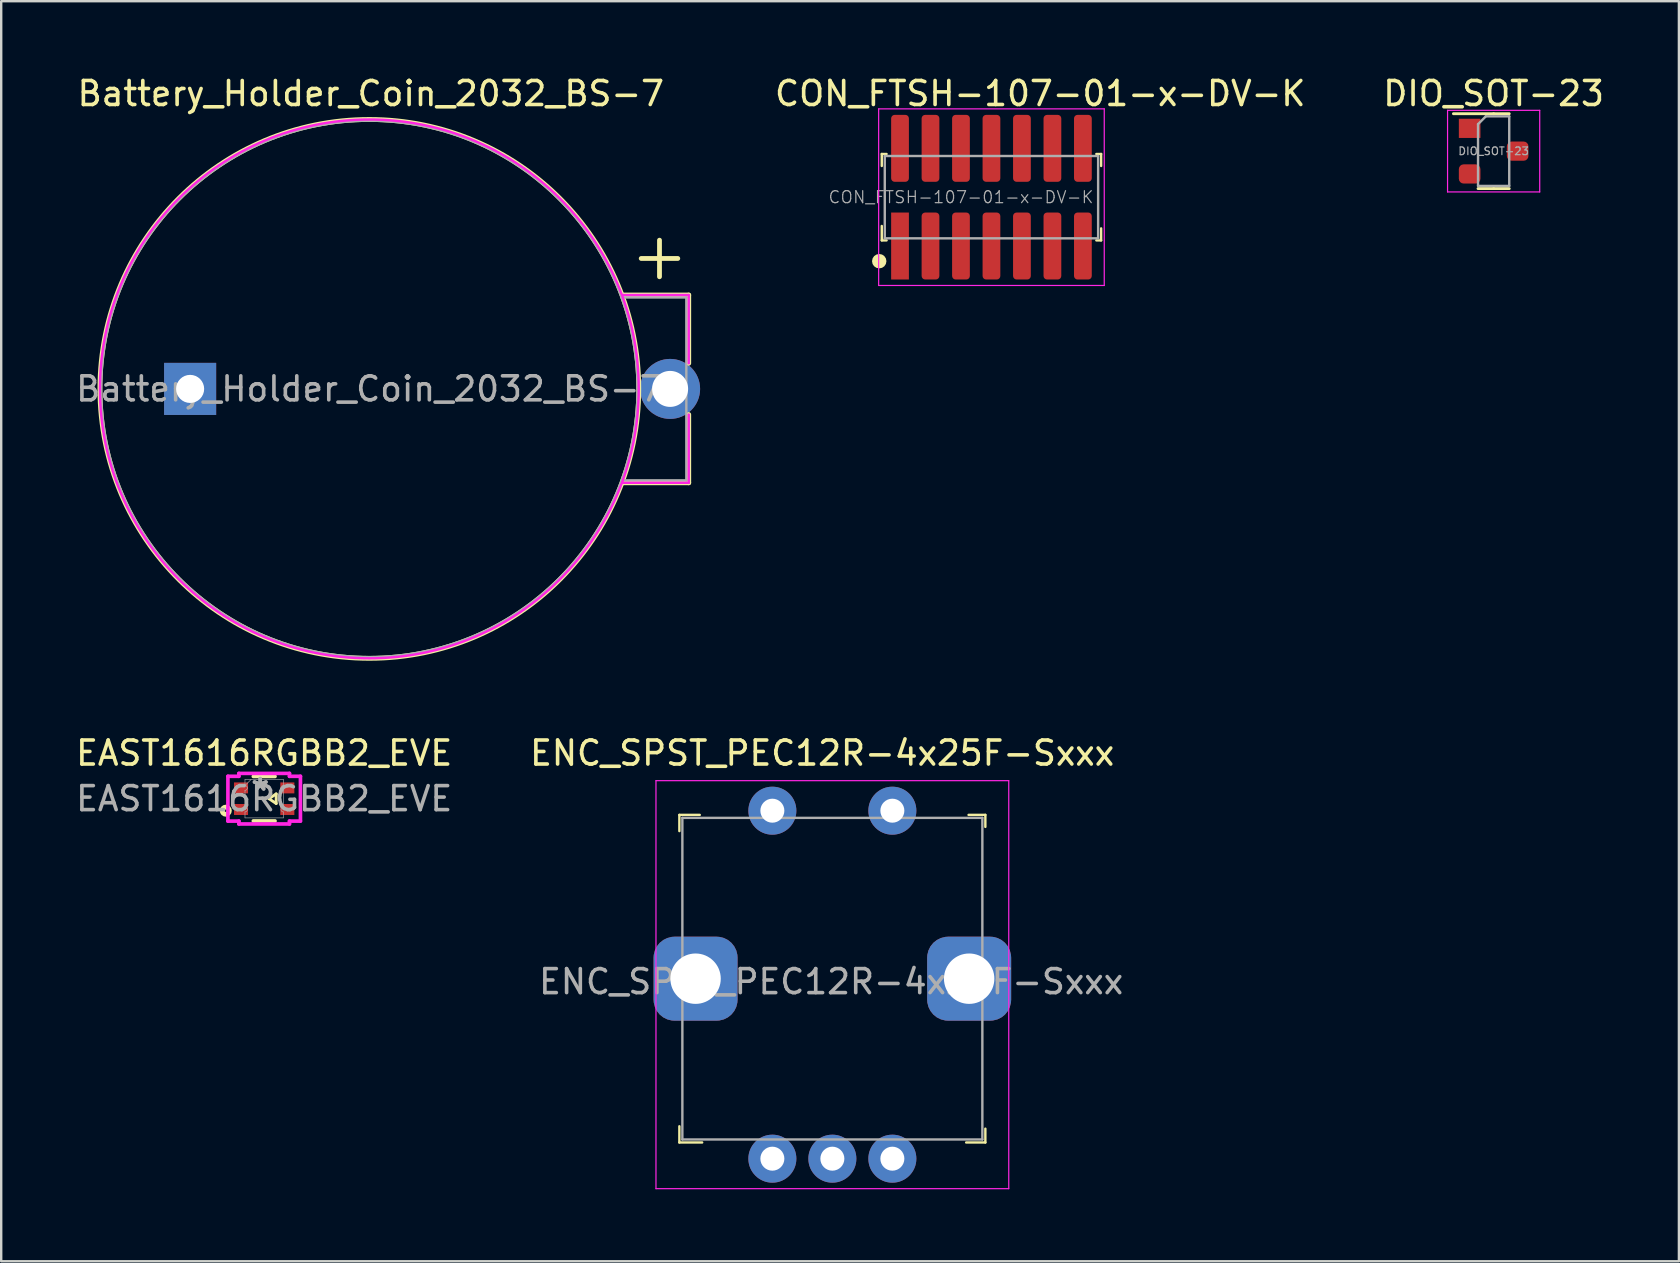
<source format=kicad_pcb>
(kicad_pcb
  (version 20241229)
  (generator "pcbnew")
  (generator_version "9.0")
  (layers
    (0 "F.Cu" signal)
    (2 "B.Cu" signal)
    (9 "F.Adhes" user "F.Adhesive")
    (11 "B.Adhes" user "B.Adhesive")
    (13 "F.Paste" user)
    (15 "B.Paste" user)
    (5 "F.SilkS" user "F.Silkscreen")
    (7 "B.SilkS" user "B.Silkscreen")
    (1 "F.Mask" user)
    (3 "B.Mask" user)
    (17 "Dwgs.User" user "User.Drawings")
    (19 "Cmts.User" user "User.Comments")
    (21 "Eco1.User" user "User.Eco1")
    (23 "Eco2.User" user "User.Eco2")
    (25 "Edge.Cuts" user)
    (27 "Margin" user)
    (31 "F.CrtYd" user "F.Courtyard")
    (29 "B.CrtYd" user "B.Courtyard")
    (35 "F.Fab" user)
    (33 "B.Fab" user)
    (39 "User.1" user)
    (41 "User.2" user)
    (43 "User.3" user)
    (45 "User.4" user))
  (footprint "CON_FTSH-107-01-x-DV-K"
    (layer "F.Cu")
    (at 38.262 5.166)
    (property "Reference" "CON_FTSH-107-01-x-DV-K" (at 2.032 -4.318 0) (layer "F.SilkS") (effects (font (size 1 1) (thickness 0.15))))
    (attr smd)
    (fp_line (start -4.57 -1.8) (end -4.57 -1.3) (stroke (width 0.1) (type solid)) (layer "F.SilkS"))
    (fp_line (start -4.57 1.8) (end -4.57 1.2) (stroke (width 0.1) (type solid)) (layer "F.SilkS"))
    (fp_line (start -4.37 -1.8) (end -4.57 -1.8) (stroke (width 0.1) (type solid)) (layer "F.SilkS"))
    (fp_line (start -4.37 1.8) (end -4.57 1.8) (stroke (width 0.1) (type solid)) (layer "F.SilkS"))
    (fp_line (start 4.37 -1.8) (end 4.57 -1.8) (stroke (width 0.1) (type solid)) (layer "F.SilkS"))
    (fp_line (start 4.37 1.8) (end 4.57 1.8) (stroke (width 0.1) (type solid)) (layer "F.SilkS"))
    (fp_line (start 4.57 -1.8) (end 4.57 -1.3) (stroke (width 0.1) (type solid)) (layer "F.SilkS"))
    (fp_line (start 4.57 1.8) (end 4.57 1.3) (stroke (width 0.1) (type solid)) (layer "F.SilkS"))
    (fp_circle (center -4.676 2.667) (end -4.526 2.667) (stroke (width 0.3) (type solid)) (fill no) (layer "F.SilkS"))
    (fp_line (start -4.7 -3.68) (end -4.7 3.68) (stroke (width 0.05) (type solid)) (layer "F.CrtYd"))
    (fp_line (start 4.7 -3.68) (end -4.7 -3.68) (stroke (width 0.05) (type solid)) (layer "F.CrtYd"))
    (fp_line (start 4.7 -3.68) (end 4.7 3.68) (stroke (width 0.05) (type solid)) (layer "F.CrtYd"))
    (fp_line (start 4.7 3.68) (end -4.7 3.68) (stroke (width 0.05) (type solid)) (layer "F.CrtYd"))
    (fp_line (start -4.445 -1.715) (end -4.445 1.715) (stroke (width 0.1) (type solid)) (layer "F.Fab"))
    (fp_line (start -4.445 -1.715) (end 4.445 -1.715) (stroke (width 0.1) (type solid)) (layer "F.Fab"))
    (fp_line (start -4.445 1.715) (end 4.445 1.715) (stroke (width 0.1) (type solid)) (layer "F.Fab"))
    (fp_line (start 4.445 -1.715) (end 4.445 1.715) (stroke (width 0.1) (type solid)) (layer "F.Fab"))
    (fp_text user "${REFERENCE}" (at -1.27 0 0) (layer "F.Fab") (effects (font (size 0.5 0.5) (thickness 0.05))))
    (pad "1" smd rect (at -3.81 2.035) (size 0.74 2.79) (layers "F.Cu" "F.Mask" "F.Paste"))
    (pad "2" smd roundrect (at -3.81 -2.035) (size 0.74 2.79) (layers "F.Cu" "F.Mask" "F.Paste") (roundrect_rratio 0.2))
    (pad "3" smd roundrect (at -2.54 2.035) (size 0.74 2.79) (layers "F.Cu" "F.Mask" "F.Paste") (roundrect_rratio 0.2))
    (pad "4" smd roundrect (at -2.54 -2.035) (size 0.74 2.79) (layers "F.Cu" "F.Mask" "F.Paste") (roundrect_rratio 0.2))
    (pad "5" smd roundrect (at -1.27 2.035) (size 0.74 2.79) (layers "F.Cu" "F.Mask" "F.Paste") (roundrect_rratio 0.2))
    (pad "6" smd roundrect (at -1.27 -2.035) (size 0.74 2.79) (layers "F.Cu" "F.Mask" "F.Paste") (roundrect_rratio 0.2))
    (pad "7" smd roundrect (at 0 2.035) (size 0.74 2.79) (layers "F.Cu" "F.Mask" "F.Paste") (roundrect_rratio 0.2))
    (pad "8" smd roundrect (at 0 -2.035) (size 0.74 2.79) (layers "F.Cu" "F.Mask" "F.Paste") (roundrect_rratio 0.2))
    (pad "9" smd roundrect (at 1.27 2.035) (size 0.74 2.79) (layers "F.Cu" "F.Mask" "F.Paste") (roundrect_rratio 0.2))
    (pad "10" smd roundrect (at 1.27 -2.035) (size 0.74 2.79) (layers "F.Cu" "F.Mask" "F.Paste") (roundrect_rratio 0.2))
    (pad "11" smd roundrect (at 2.54 2.035) (size 0.74 2.79) (layers "F.Cu" "F.Mask" "F.Paste") (roundrect_rratio 0.2))
    (pad "12" smd roundrect (at 2.54 -2.035) (size 0.74 2.79) (layers "F.Cu" "F.Mask" "F.Paste") (roundrect_rratio 0.2))
    (pad "13" smd roundrect (at 3.81 2.035) (size 0.74 2.79) (layers "F.Cu" "F.Mask" "F.Paste") (roundrect_rratio 0.2))
    (pad "14" smd roundrect (at 3.81 -2.035) (size 0.74 2.79) (layers "F.Cu" "F.Mask" "F.Paste") (roundrect_rratio 0.2)))
  (footprint "ENC_SPST_PEC12R-4x25F-Sxxx"
    (layer "F.Cu")
    (at 31.633 37.73)
    (property "Reference" "ENC_SPST_PEC12R-4x25F-Sxxx" (at -0.425 -9.4 0) (layer "F.SilkS") (effects (font (size 1 1) (thickness 0.15))))
    (attr through_hole)
    (fp_line (start -6.375 -6.825) (end -6.375 -6.15) (stroke (width 0.1) (type solid)) (layer "F.SilkS"))
    (fp_line (start -6.375 6.825) (end -6.375 6.15) (stroke (width 0.1) (type solid)) (layer "F.SilkS"))
    (fp_line (start -5.525 -6.825) (end -6.375 -6.825) (stroke (width 0.1) (type solid)) (layer "F.SilkS"))
    (fp_line (start -5.425 6.825) (end -6.375 6.825) (stroke (width 0.1) (type solid)) (layer "F.SilkS"))
    (fp_line (start 5.675 -6.825) (end 6.375 -6.825) (stroke (width 0.1) (type solid)) (layer "F.SilkS"))
    (fp_line (start 6.375 -6.825) (end 6.375 -6.325) (stroke (width 0.1) (type solid)) (layer "F.SilkS"))
    (fp_line (start 6.375 6.25) (end 6.375 6.825) (stroke (width 0.1) (type solid)) (layer "F.SilkS"))
    (fp_line (start 6.375 6.825) (end 5.575 6.825) (stroke (width 0.1) (type solid)) (layer "F.SilkS"))
    (fp_line (start -7.35 -8.25) (end 7.35 -8.25) (stroke (width 0.05) (type solid)) (layer "F.CrtYd"))
    (fp_line (start -7.35 8.75) (end -7.35 -8.25) (stroke (width 0.05) (type solid)) (layer "F.CrtYd"))
    (fp_line (start 7.35 -8.25) (end 7.35 8.75) (stroke (width 0.05) (type solid)) (layer "F.CrtYd"))
    (fp_line (start 7.35 8.75) (end -7.35 8.75) (stroke (width 0.05) (type solid)) (layer "F.CrtYd"))
    (fp_line (start -6.25 -6.7) (end -6.25 6.7) (stroke (width 0.1) (type solid)) (layer "F.Fab"))
    (fp_line (start -6.25 -6.7) (end 6.25 -6.7) (stroke (width 0.1) (type solid)) (layer "F.Fab"))
    (fp_line (start -6.25 6.7) (end 6.25 6.7) (stroke (width 0.1) (type solid)) (layer "F.Fab"))
    (fp_line (start 6.25 -6.7) (end 6.25 6.7) (stroke (width 0.1) (type solid)) (layer "F.Fab"))
    (fp_text user "${REFERENCE}" (at -0.05 0.125 0) (layer "F.Fab") (effects (font (size 1 1) (thickness 0.15))))
    (pad "1" thru_hole circle (at -2.5 -7) (size 2 2) (drill 1) (layers "*.Cu" "*.Mask"))
    (pad "2" thru_hole circle (at 2.5 -7) (size 2 2) (drill 1) (layers "*.Cu" "*.Mask"))
    (pad "A" thru_hole circle (at -2.5 7.5) (size 2 2) (drill 1) (layers "*.Cu" "*.Mask"))
    (pad "B" thru_hole circle (at 2.5 7.5) (size 2 2) (drill 1) (layers "*.Cu" "*.Mask"))
    (pad "C" thru_hole circle (at 0 7.5) (size 2 2) (drill 1) (layers "*.Cu" "*.Mask"))
    (pad "M" thru_hole roundrect (at -5.7 0) (size 3.5 3.5) (drill 2.1) (layers "*.Cu" "*.Mask") (roundrect_rratio 0.25))
    (pad "M" thru_hole roundrect (at 5.7 0) (size 3.5 3.5) (drill 2.1) (layers "*.Cu" "*.Mask") (roundrect_rratio 0.25)))
  (footprint "DIO_SOT-23"
    (layer "F.Cu")
    (at 59.187 3.248)
    (property "Reference" "DIO_SOT-23" (at 0 -2.4 0) (layer "F.SilkS") (effects (font (size 1 1) (thickness 0.15))))
    (attr smd)
    (fp_line (start 0 -1.56) (end -1.675 -1.56) (stroke (width 0.12) (type solid)) (layer "F.SilkS"))
    (fp_line (start 0 -1.56) (end 0.65 -1.56) (stroke (width 0.12) (type solid)) (layer "F.SilkS"))
    (fp_line (start 0 1.56) (end -0.65 1.56) (stroke (width 0.12) (type solid)) (layer "F.SilkS"))
    (fp_line (start 0 1.56) (end 0.65 1.56) (stroke (width 0.12) (type solid)) (layer "F.SilkS"))
    (fp_line (start -1.92 -1.7) (end -1.92 1.7) (stroke (width 0.05) (type solid)) (layer "F.CrtYd"))
    (fp_line (start -1.92 1.7) (end 1.92 1.7) (stroke (width 0.05) (type solid)) (layer "F.CrtYd"))
    (fp_line (start 1.92 -1.7) (end -1.92 -1.7) (stroke (width 0.05) (type solid)) (layer "F.CrtYd"))
    (fp_line (start 1.92 1.7) (end 1.92 -1.7) (stroke (width 0.05) (type solid)) (layer "F.CrtYd"))
    (fp_line (start -0.65 -1.125) (end -0.325 -1.45) (stroke (width 0.1) (type solid)) (layer "F.Fab"))
    (fp_line (start -0.65 1.45) (end -0.65 -1.125) (stroke (width 0.1) (type solid)) (layer "F.Fab"))
    (fp_line (start -0.325 -1.45) (end 0.65 -1.45) (stroke (width 0.1) (type solid)) (layer "F.Fab"))
    (fp_line (start 0.65 -1.45) (end 0.65 1.45) (stroke (width 0.1) (type solid)) (layer "F.Fab"))
    (fp_line (start 0.65 1.45) (end -0.65 1.45) (stroke (width 0.1) (type solid)) (layer "F.Fab"))
    (fp_text user "${REFERENCE}" (at 0 0 0) (layer "F.Fab") (effects (font (size 0.32 0.32) (thickness 0.05))))
    (pad "1" smd rect (at -1 -0.95) (size 0.9 0.8) (layers "F.Cu" "F.Mask" "F.Paste"))
    (pad "2" smd roundrect (at -1 0.95) (size 0.9 0.8) (layers "F.Cu" "F.Mask" "F.Paste") (roundrect_rratio 0.25))
    (pad "3" smd roundrect (at 1 0) (size 0.9 0.8) (layers "F.Cu" "F.Mask" "F.Paste") (roundrect_rratio 0.25)))
  (footprint "Battery_Holder_Coin_2032_BS-7"
    (layer "F.Cu")
    (at 4.872 13.155)
    (property "Reference" "Battery_Holder_Coin_2032_BS-7" (at 7.529 -12.306 0) (layer "F.SilkS") (effects (font (size 1 1) (thickness 0.15))))
    (attr through_hole)
    (fp_line (start 18.034 -3.912) (end 20.777 -3.912) (stroke (width 0.2) (type solid)) (layer "F.SilkS"))
    (fp_line (start 18.034 3.912) (end 20.777 3.912) (stroke (width 0.2) (type solid)) (layer "F.SilkS"))
    (fp_line (start 20.777 -3.912) (end 20.777 -1.067) (stroke (width 0.2) (type solid)) (layer "F.SilkS"))
    (fp_line (start 20.777 3.912) (end 20.777 1.067) (stroke (width 0.2) (type solid)) (layer "F.SilkS"))
    (fp_circle (center 7.468 0) (end -3.759 0) (stroke (width 0.2) (type solid)) (fill no) (layer "F.SilkS"))
    (fp_line (start 18.034 -3.912) (end 20.777 -3.912) (stroke (width 0.1) (type solid)) (layer "F.CrtYd"))
    (fp_line (start 18.034 3.912) (end 20.777 3.912) (stroke (width 0.1) (type solid)) (layer "F.CrtYd"))
    (fp_line (start 20.777 -3.912) (end 20.777 -1.067) (stroke (width 0.1) (type solid)) (layer "F.CrtYd"))
    (fp_line (start 20.777 3.912) (end 20.777 1.067) (stroke (width 0.1) (type solid)) (layer "F.CrtYd"))
    (fp_circle (center 7.468 0) (end 18.694 0) (stroke (width 0.1) (type solid)) (fill no) (layer "F.CrtYd"))
    (fp_line (start 17.983 -3.81) (end 20.676 -3.81) (stroke (width 0.1) (type solid)) (layer "F.Fab"))
    (fp_line (start 17.983 3.81) (end 20.676 3.81) (stroke (width 0.1) (type solid)) (layer "F.Fab"))
    (fp_line (start 20.676 -3.81) (end 20.676 3.81) (stroke (width 0.1) (type solid)) (layer "F.Fab"))
    (fp_circle (center 7.468 0) (end -3.708 0) (stroke (width 0.1) (type solid)) (fill no) (layer "F.Fab"))
    (fp_text user "+" (at 19.558 -5.588 0) (unlocked yes) (layer "F.SilkS") (effects (font (size 2 2) (thickness 0.2))))
    (fp_text user "${REFERENCE}" (at 7.468 0 0) (layer "F.Fab") (effects (font (size 1 1) (thickness 0.15))))
    (pad "Neg" thru_hole rect (at 0 0) (size 2.17 2.17) (drill 1.17) (layers "*.Cu" "*.Mask"))
    (pad "Pos" thru_hole circle (at 20 0) (size 2.5 2.5) (drill 1.5) (layers "*.Cu" "*.Mask")))
  (footprint "EAST1616RGBB2_EVE"
    (layer "F.Cu")
    (at 7.958 30.23)
    (property "Reference" "EAST1616RGBB2_EVE" (at 0 -1.9 0) (unlocked yes) (layer "F.SilkS") (effects (font (size 1 1) (thickness 0.15))))
    (attr smd)
    (fp_line (start -0.452 -0.927) (end 0.452 -0.927) (stroke (width 0.152) (type solid)) (layer "F.SilkS"))
    (fp_line (start -0.452 0.927) (end 0.452 0.927) (stroke (width 0.152) (type solid)) (layer "F.SilkS"))
    (fp_line (start 0.2 0) (end 0.5 -0.2) (stroke (width 0.12) (type solid)) (layer "F.SilkS"))
    (fp_line (start 0.5 -0.2) (end 0.5 0.2) (stroke (width 0.12) (type solid)) (layer "F.SilkS"))
    (fp_line (start 0.5 0.2) (end 0.2 0) (stroke (width 0.12) (type solid)) (layer "F.SilkS"))
    (fp_circle (center -1.6 0.5) (end -1.55 0.5) (stroke (width 0.2) (type solid)) (fill no) (layer "F.SilkS"))
    (fp_line (start -1.511 -0.933) (end -1.054 -0.933) (stroke (width 0.152) (type solid)) (layer "F.CrtYd"))
    (fp_line (start -1.511 0.933) (end -1.511 -0.933) (stroke (width 0.152) (type solid)) (layer "F.CrtYd"))
    (fp_line (start -1.511 0.933) (end -1.054 0.933) (stroke (width 0.152) (type solid)) (layer "F.CrtYd"))
    (fp_line (start -1.054 -1.054) (end 1.054 -1.054) (stroke (width 0.152) (type solid)) (layer "F.CrtYd"))
    (fp_line (start -1.054 -0.933) (end -1.054 -1.054) (stroke (width 0.152) (type solid)) (layer "F.CrtYd"))
    (fp_line (start -1.054 1.054) (end -1.054 0.933) (stroke (width 0.152) (type solid)) (layer "F.CrtYd"))
    (fp_line (start 1.054 -1.054) (end 1.054 -0.933) (stroke (width 0.152) (type solid)) (layer "F.CrtYd"))
    (fp_line (start 1.054 0.933) (end 1.054 1.054) (stroke (width 0.152) (type solid)) (layer "F.CrtYd"))
    (fp_line (start 1.054 1.054) (end -1.054 1.054) (stroke (width 0.152) (type solid)) (layer "F.CrtYd"))
    (fp_line (start 1.511 -0.933) (end 1.054 -0.933) (stroke (width 0.152) (type solid)) (layer "F.CrtYd"))
    (fp_line (start 1.511 -0.933) (end 1.511 0.933) (stroke (width 0.152) (type solid)) (layer "F.CrtYd"))
    (fp_line (start 1.511 0.933) (end 1.054 0.933) (stroke (width 0.152) (type solid)) (layer "F.CrtYd"))
    (fp_line (start -0.8 -0.8) (end 0.8 -0.8) (stroke (width 0.025) (type solid)) (layer "F.Fab"))
    (fp_line (start -0.8 -0.552) (end -0.8 -0.8) (stroke (width 0.025) (type solid)) (layer "F.Fab"))
    (fp_line (start -0.8 -0.348) (end -0.8 0.348) (stroke (width 0.025) (type solid)) (layer "F.Fab"))
    (fp_line (start -0.8 0.552) (end -0.8 0.8) (stroke (width 0.025) (type solid)) (layer "F.Fab"))
    (fp_line (start -0.8 0.8) (end 0.8 0.8) (stroke (width 0.025) (type solid)) (layer "F.Fab"))
    (fp_line (start -0.546 -0.8) (end -0.8 -0.546) (stroke (width 0.025) (type solid)) (layer "F.Fab"))
    (fp_line (start 0.8 -0.552) (end 0.8 -0.8) (stroke (width 0.025) (type solid)) (layer "F.Fab"))
    (fp_line (start 0.8 -0.348) (end 0.8 0.348) (stroke (width 0.025) (type solid)) (layer "F.Fab"))
    (fp_line (start 0.8 0.552) (end 0.8 0.8) (stroke (width 0.025) (type solid)) (layer "F.Fab"))
    (fp_arc (start -0.8001 -0.551599) (mid -0.6985 -0.449999) (end -0.8001 -0.348399) (stroke (width 0.0254) (type solid)) (layer "F.Fab"))
    (fp_arc (start -0.8001 0.348399) (mid -0.6985 0.449999) (end -0.8001 0.551599) (stroke (width 0.0254) (type solid)) (layer "F.Fab"))
    (fp_arc (start 0.8001 -0.348399) (mid 0.6985 -0.449999) (end 0.8001 -0.551599) (stroke (width 0.0254) (type solid)) (layer "F.Fab"))
    (fp_arc (start 0.8001 0.551599) (mid 0.6985 0.449999) (end 0.8001 0.348399) (stroke (width 0.0254) (type solid)) (layer "F.Fab"))
    (fp_text user "*" (at -0.165 -0.292 0) (layer "F.Fab") (effects (font (size 1 1) (thickness 0.15))))
    (fp_text user "*" (at -0.165 -0.292 0) (unlocked yes) (layer "F.Fab") (effects (font (size 1 1) (thickness 0.15))))
    (fp_text user "${REFERENCE}" (at 0 0 0) (unlocked yes) (layer "F.Fab") (effects (font (size 1 1) (thickness 0.15))))
    (pad "1" smd rect (at -0.965 0.45) (size 0.584 0.457) (layers "F.Cu" "F.Mask" "F.Paste"))
    (pad "2" smd rect (at -0.965 -0.45) (size 0.584 0.457) (layers "F.Cu" "F.Mask" "F.Paste"))
    (pad "3" smd rect (at 0.965 -0.45) (size 0.584 0.457) (layers "F.Cu" "F.Mask" "F.Paste"))
    (pad "4" smd rect (at 0.965 0.45) (size 0.584 0.457) (layers "F.Cu" "F.Mask" "F.Paste")))
  (gr_rect
    (start -3 -3)
    (end 66.907 49.505)
    (stroke (width 0.1) (type default))
    (fill no)
    (layer "Edge.Cuts")))
</source>
